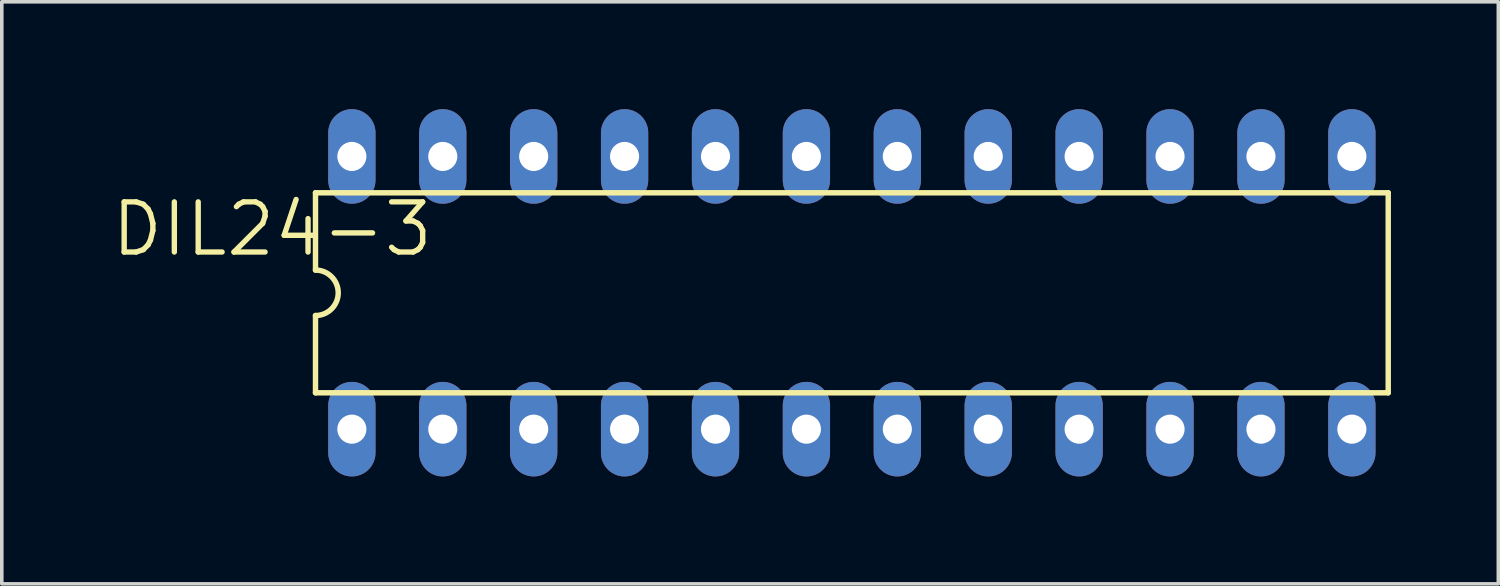
<source format=kicad_pcb>
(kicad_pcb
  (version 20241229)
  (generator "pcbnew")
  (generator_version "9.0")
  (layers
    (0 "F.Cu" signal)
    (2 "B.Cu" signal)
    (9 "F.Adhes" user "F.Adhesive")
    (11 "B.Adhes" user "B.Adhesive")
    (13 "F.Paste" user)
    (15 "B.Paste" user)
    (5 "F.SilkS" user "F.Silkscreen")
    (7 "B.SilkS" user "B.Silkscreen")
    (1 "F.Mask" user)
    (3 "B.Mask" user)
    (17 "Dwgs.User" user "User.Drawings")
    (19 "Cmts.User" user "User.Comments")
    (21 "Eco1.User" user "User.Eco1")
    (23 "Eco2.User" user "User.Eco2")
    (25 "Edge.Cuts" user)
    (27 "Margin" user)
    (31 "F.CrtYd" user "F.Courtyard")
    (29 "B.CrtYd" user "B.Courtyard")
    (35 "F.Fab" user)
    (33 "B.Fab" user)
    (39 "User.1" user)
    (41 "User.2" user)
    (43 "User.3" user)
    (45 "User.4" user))
  (footprint "DIL24-3"
    (layer "F.Cu")
    (at 20.751 5.131)
    (property "Reference" "DIL24-3" (at -16.195 -1.78 180) (layer "F.SilkS") (effects (font (size 1.401 1.401) (thickness 0.15))))
    (attr through_hole)
    (fp_line (start -14.986 -2.794) (end -14.986 -0.635) (stroke (width 0.152) (type solid)) (layer "F.SilkS"))
    (fp_line (start -14.986 -2.794) (end 14.986 -2.794) (stroke (width 0.152) (type solid)) (layer "F.SilkS"))
    (fp_line (start -14.986 0.635) (end -14.986 2.794) (stroke (width 0.152) (type solid)) (layer "F.SilkS"))
    (fp_line (start -14.986 2.794) (end 14.986 2.794) (stroke (width 0.152) (type solid)) (layer "F.SilkS"))
    (fp_line (start 14.986 2.794) (end 14.986 -2.794) (stroke (width 0.152) (type solid)) (layer "F.SilkS"))
    (fp_arc (start -14.986 -0.635) (mid -14.351 0) (end -14.986 0.635) (stroke (width 0.1524) (type solid)) (layer "F.SilkS"))
    (pad "1" thru_hole oval (at -13.97 3.81) (size 1.321 2.642) (drill 0.813) (layers "*.Cu" "*.Mask"))
    (pad "2" thru_hole oval (at -11.43 3.81) (size 1.321 2.642) (drill 0.813) (layers "*.Cu" "*.Mask"))
    (pad "3" thru_hole oval (at -8.89 3.81) (size 1.321 2.642) (drill 0.813) (layers "*.Cu" "*.Mask"))
    (pad "4" thru_hole oval (at -6.35 3.81) (size 1.321 2.642) (drill 0.813) (layers "*.Cu" "*.Mask"))
    (pad "5" thru_hole oval (at -3.81 3.81) (size 1.321 2.642) (drill 0.813) (layers "*.Cu" "*.Mask"))
    (pad "6" thru_hole oval (at -1.27 3.81) (size 1.321 2.642) (drill 0.813) (layers "*.Cu" "*.Mask"))
    (pad "7" thru_hole oval (at 1.27 3.81) (size 1.321 2.642) (drill 0.813) (layers "*.Cu" "*.Mask"))
    (pad "8" thru_hole oval (at 3.81 3.81) (size 1.321 2.642) (drill 0.813) (layers "*.Cu" "*.Mask"))
    (pad "9" thru_hole oval (at 6.35 3.81) (size 1.321 2.642) (drill 0.813) (layers "*.Cu" "*.Mask"))
    (pad "10" thru_hole oval (at 8.89 3.81) (size 1.321 2.642) (drill 0.813) (layers "*.Cu" "*.Mask"))
    (pad "11" thru_hole oval (at 11.43 3.81) (size 1.321 2.642) (drill 0.813) (layers "*.Cu" "*.Mask"))
    (pad "12" thru_hole oval (at 13.97 3.81) (size 1.321 2.642) (drill 0.813) (layers "*.Cu" "*.Mask"))
    (pad "13" thru_hole oval (at 13.97 -3.81) (size 1.321 2.642) (drill 0.813) (layers "*.Cu" "*.Mask"))
    (pad "14" thru_hole oval (at 11.43 -3.81) (size 1.321 2.642) (drill 0.813) (layers "*.Cu" "*.Mask"))
    (pad "15" thru_hole oval (at 8.89 -3.81) (size 1.321 2.642) (drill 0.813) (layers "*.Cu" "*.Mask"))
    (pad "16" thru_hole oval (at 6.35 -3.81) (size 1.321 2.642) (drill 0.813) (layers "*.Cu" "*.Mask"))
    (pad "17" thru_hole oval (at 3.81 -3.81) (size 1.321 2.642) (drill 0.813) (layers "*.Cu" "*.Mask"))
    (pad "18" thru_hole oval (at 1.27 -3.81) (size 1.321 2.642) (drill 0.813) (layers "*.Cu" "*.Mask"))
    (pad "19" thru_hole oval (at -1.27 -3.81) (size 1.321 2.642) (drill 0.813) (layers "*.Cu" "*.Mask"))
    (pad "20" thru_hole oval (at -3.81 -3.81) (size 1.321 2.642) (drill 0.813) (layers "*.Cu" "*.Mask"))
    (pad "21" thru_hole oval (at -6.35 -3.81) (size 1.321 2.642) (drill 0.813) (layers "*.Cu" "*.Mask"))
    (pad "22" thru_hole oval (at -8.89 -3.81) (size 1.321 2.642) (drill 0.813) (layers "*.Cu" "*.Mask"))
    (pad "23" thru_hole oval (at -11.43 -3.81) (size 1.321 2.642) (drill 0.813) (layers "*.Cu" "*.Mask"))
    (pad "24" thru_hole oval (at -13.97 -3.81) (size 1.321 2.642) (drill 0.813) (layers "*.Cu" "*.Mask")))
  (gr_rect
    (start -3 -3)
    (end 38.813 13.262)
    (stroke (width 0.1) (type default))
    (fill no)
    (layer "Edge.Cuts")))
</source>
